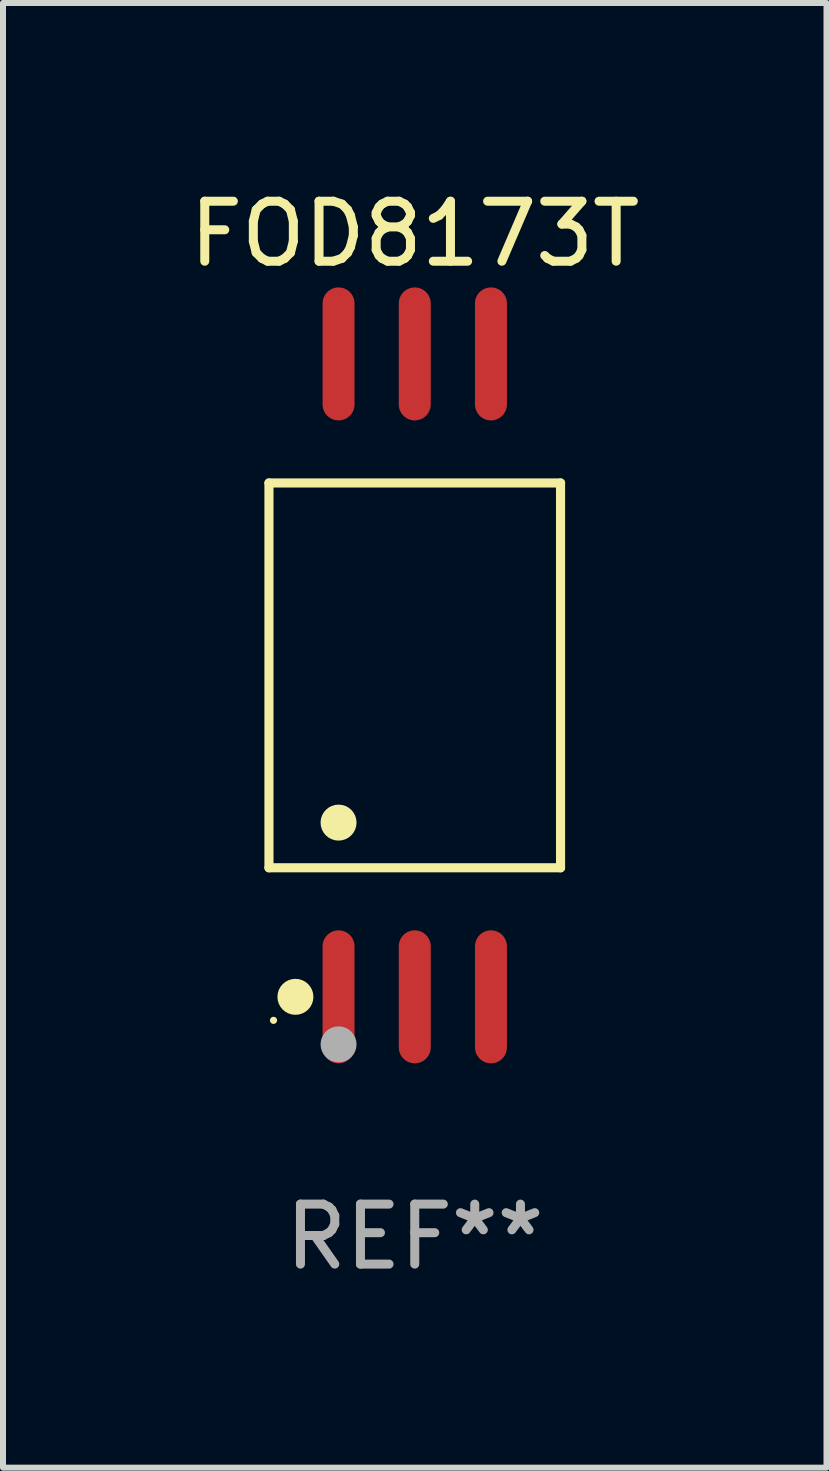
<source format=kicad_pcb>
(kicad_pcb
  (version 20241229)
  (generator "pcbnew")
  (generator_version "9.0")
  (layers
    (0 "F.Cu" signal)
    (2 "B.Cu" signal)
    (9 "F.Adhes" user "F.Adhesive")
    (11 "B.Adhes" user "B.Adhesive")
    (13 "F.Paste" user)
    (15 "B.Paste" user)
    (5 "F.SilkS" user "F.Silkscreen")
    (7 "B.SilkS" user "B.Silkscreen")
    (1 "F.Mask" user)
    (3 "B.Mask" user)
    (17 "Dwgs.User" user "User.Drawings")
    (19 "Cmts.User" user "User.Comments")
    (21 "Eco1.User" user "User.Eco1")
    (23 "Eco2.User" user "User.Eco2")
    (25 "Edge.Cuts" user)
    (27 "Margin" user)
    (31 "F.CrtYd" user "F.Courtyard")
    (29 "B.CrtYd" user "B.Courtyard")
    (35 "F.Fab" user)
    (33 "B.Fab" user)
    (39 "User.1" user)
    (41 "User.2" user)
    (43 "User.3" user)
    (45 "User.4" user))
  (footprint "FOD8173T"
    (layer "F.Cu")
    (at 3.863 8.207)
    (property "Reference" "FOD8173T" (at 0 -7.358 0) (layer "F.SilkS") (effects (font (size 1 1) (thickness 0.15))))
    (attr through_hole)
    (fp_line (start -2.43 -3.207) (end 2.43 -3.207) (stroke (width 0.152) (type solid)) (layer "F.SilkS"))
    (fp_line (start -2.43 3.207) (end -2.43 -3.207) (stroke (width 0.152) (type solid)) (layer "F.SilkS"))
    (fp_line (start 2.43 -3.207) (end 2.43 3.207) (stroke (width 0.152) (type solid)) (layer "F.SilkS"))
    (fp_line (start 2.43 3.207) (end -2.43 3.207) (stroke (width 0.152) (type solid)) (layer "F.SilkS"))
    (fp_circle (center -2.354 5.75) (end -2.324 5.75) (stroke (width 0.06) (type solid)) (fill no) (layer "F.SilkS"))
    (fp_circle (center -1.989 5.358) (end -1.839 5.358) (stroke (width 0.3) (type solid)) (fill no) (layer "F.SilkS"))
    (fp_circle (center -1.27 2.454) (end -1.12 2.454) (stroke (width 0.3) (type solid)) (fill no) (layer "F.SilkS"))
    (fp_circle (center -1.27 6.15) (end -1.12 6.15) (stroke (width 0.3) (type solid)) (fill no) (layer "F.Fab"))
    (fp_text user "REF**" (at 0 9.358 0) (layer "F.Fab") (effects (font (size 1 1) (thickness 0.15))))
    (pad "1" smd oval (at -1.27 5.358) (size 0.533 2.217) (layers "F.Cu" "F.Mask" "F.Paste"))
    (pad "2" smd oval (at 0 5.358) (size 0.533 2.217) (layers "F.Cu" "F.Mask" "F.Paste"))
    (pad "3" smd oval (at 1.27 5.358) (size 0.533 2.217) (layers "F.Cu" "F.Mask" "F.Paste"))
    (pad "4" smd oval (at 1.27 -5.358) (size 0.533 2.217) (layers "F.Cu" "F.Mask" "F.Paste"))
    (pad "5" smd oval (at 0 -5.358) (size 0.533 2.217) (layers "F.Cu" "F.Mask" "F.Paste"))
    (pad "6" smd oval (at -1.27 -5.358) (size 0.533 2.217) (layers "F.Cu" "F.Mask" "F.Paste")))
  (gr_rect
    (start -3 -3)
    (end 10.726 21.413)
    (stroke (width 0.1) (type default))
    (fill no)
    (layer "Edge.Cuts")))
</source>
